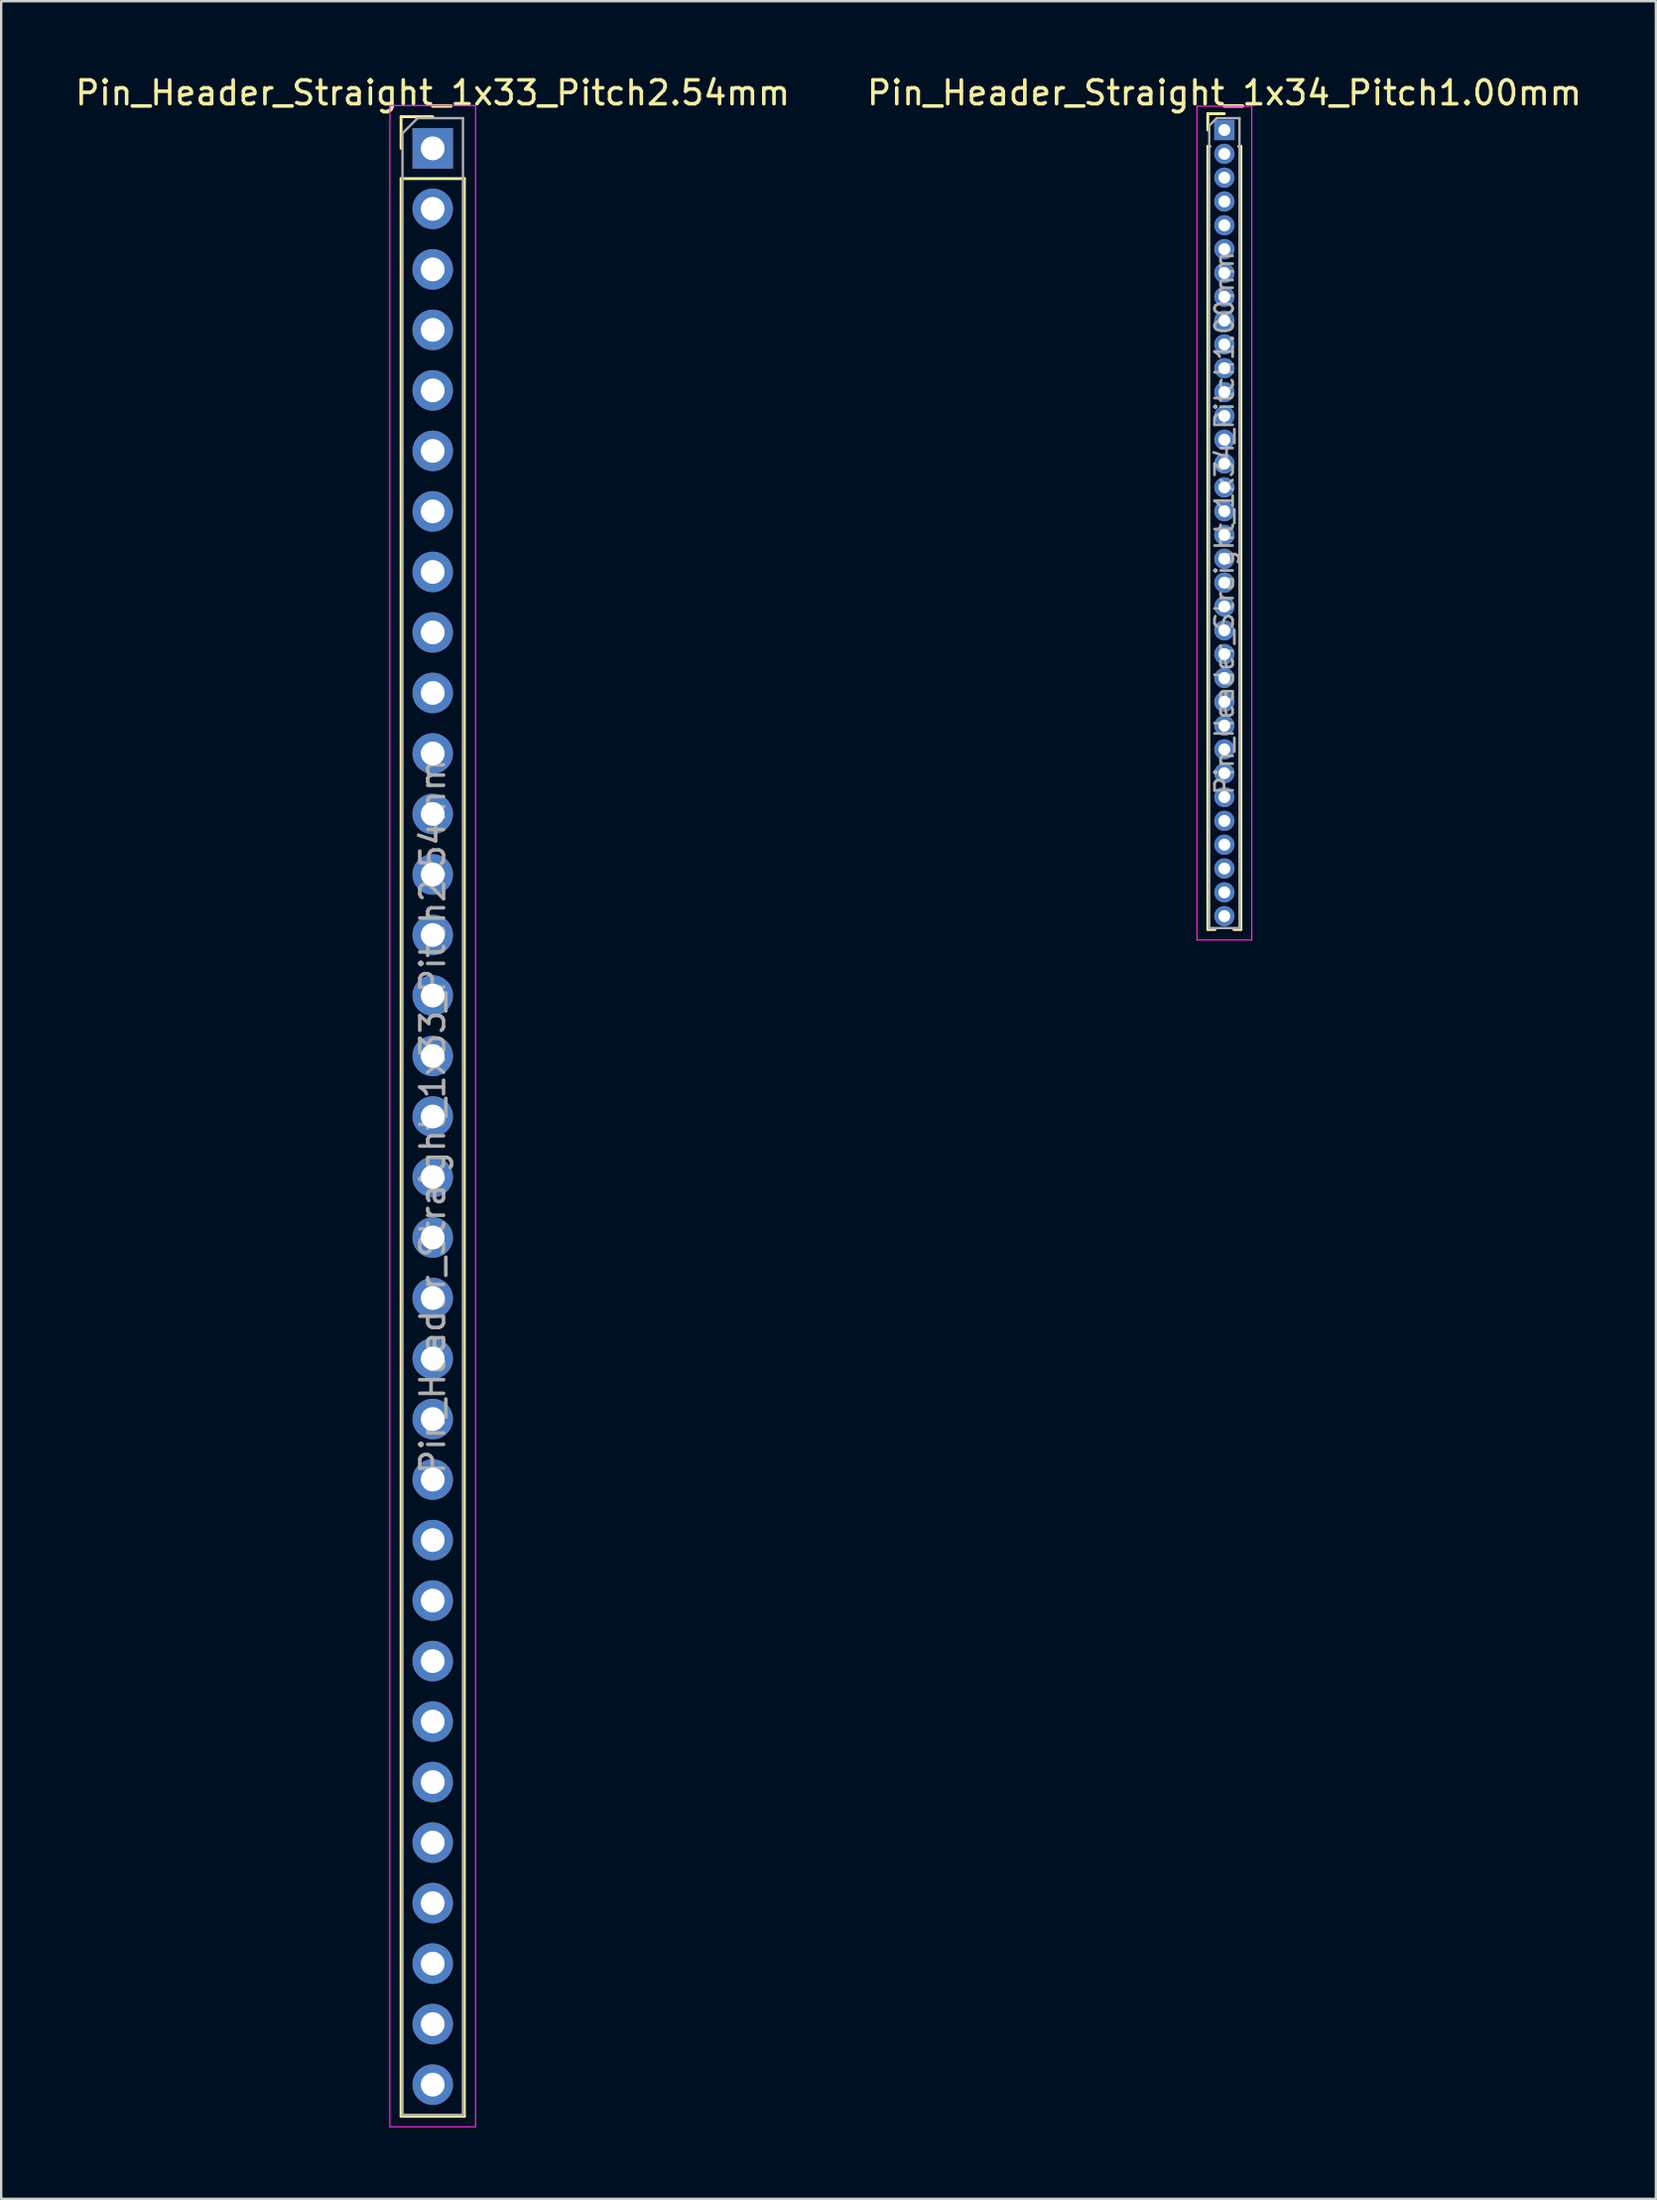
<source format=kicad_pcb>
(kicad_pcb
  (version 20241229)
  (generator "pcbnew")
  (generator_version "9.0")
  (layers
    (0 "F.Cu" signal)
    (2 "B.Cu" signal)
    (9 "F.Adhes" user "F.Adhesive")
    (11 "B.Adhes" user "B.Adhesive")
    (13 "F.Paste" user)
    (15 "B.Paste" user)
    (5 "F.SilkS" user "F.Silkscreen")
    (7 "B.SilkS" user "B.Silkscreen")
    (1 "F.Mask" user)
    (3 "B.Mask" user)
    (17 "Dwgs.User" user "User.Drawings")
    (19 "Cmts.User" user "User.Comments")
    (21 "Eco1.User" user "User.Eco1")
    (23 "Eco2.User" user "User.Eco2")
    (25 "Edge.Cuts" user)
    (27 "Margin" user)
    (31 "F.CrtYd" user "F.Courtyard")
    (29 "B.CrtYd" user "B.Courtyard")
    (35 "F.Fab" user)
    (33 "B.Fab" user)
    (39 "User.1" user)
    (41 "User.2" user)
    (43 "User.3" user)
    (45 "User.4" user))
  (footprint "Pin_Header_Straight_1x34_Pitch1.00mm"
    (layer "F.Cu")
    (at 48.375 2.408)
    (property "Reference" "Pin_Header_Straight_1x34_Pitch1.00mm" (at 0 -1.56 0) (layer "F.SilkS") (effects (font (size 1 1) (thickness 0.15))))
    (attr through_hole)
    (fp_line (start -0.695 -0.685) (end 0 -0.685) (stroke (width 0.12) (type solid)) (layer "F.SilkS"))
    (fp_line (start -0.695 0) (end -0.695 -0.685) (stroke (width 0.12) (type solid)) (layer "F.SilkS"))
    (fp_line (start -0.695 0.685) (end -0.695 33.56) (stroke (width 0.12) (type solid)) (layer "F.SilkS"))
    (fp_line (start -0.695 0.685) (end -0.608 0.685) (stroke (width 0.12) (type solid)) (layer "F.SilkS"))
    (fp_line (start -0.695 33.56) (end -0.394 33.56) (stroke (width 0.12) (type solid)) (layer "F.SilkS"))
    (fp_line (start 0.394 33.56) (end 0.695 33.56) (stroke (width 0.12) (type solid)) (layer "F.SilkS"))
    (fp_line (start 0.608 0.685) (end 0.695 0.685) (stroke (width 0.12) (type solid)) (layer "F.SilkS"))
    (fp_line (start 0.695 0.685) (end 0.695 33.56) (stroke (width 0.12) (type solid)) (layer "F.SilkS"))
    (fp_line (start -1.15 -1) (end -1.15 34) (stroke (width 0.05) (type solid)) (layer "F.CrtYd"))
    (fp_line (start -1.15 34) (end 1.15 34) (stroke (width 0.05) (type solid)) (layer "F.CrtYd"))
    (fp_line (start 1.15 -1) (end -1.15 -1) (stroke (width 0.05) (type solid)) (layer "F.CrtYd"))
    (fp_line (start 1.15 34) (end 1.15 -1) (stroke (width 0.05) (type solid)) (layer "F.CrtYd"))
    (fp_line (start -0.635 -0.182) (end -0.318 -0.5) (stroke (width 0.1) (type solid)) (layer "F.Fab"))
    (fp_line (start -0.635 33.5) (end -0.635 -0.182) (stroke (width 0.1) (type solid)) (layer "F.Fab"))
    (fp_line (start -0.318 -0.5) (end 0.635 -0.5) (stroke (width 0.1) (type solid)) (layer "F.Fab"))
    (fp_line (start 0.635 -0.5) (end 0.635 33.5) (stroke (width 0.1) (type solid)) (layer "F.Fab"))
    (fp_line (start 0.635 33.5) (end -0.635 33.5) (stroke (width 0.1) (type solid)) (layer "F.Fab"))
    (fp_text user "${REFERENCE}" (at 0 16.5 90) (layer "F.Fab") (effects (font (size 0.76 0.76) (thickness 0.114))))
    (pad "1" thru_hole rect (at 0 0) (size 0.85 0.85) (drill 0.5) (layers "*.Cu" "*.Mask"))
    (pad "2" thru_hole oval (at 0 1) (size 0.85 0.85) (drill 0.5) (layers "*.Cu" "*.Mask"))
    (pad "3" thru_hole oval (at 0 2) (size 0.85 0.85) (drill 0.5) (layers "*.Cu" "*.Mask"))
    (pad "4" thru_hole oval (at 0 3) (size 0.85 0.85) (drill 0.5) (layers "*.Cu" "*.Mask"))
    (pad "5" thru_hole oval (at 0 4) (size 0.85 0.85) (drill 0.5) (layers "*.Cu" "*.Mask"))
    (pad "6" thru_hole oval (at 0 5) (size 0.85 0.85) (drill 0.5) (layers "*.Cu" "*.Mask"))
    (pad "7" thru_hole oval (at 0 6) (size 0.85 0.85) (drill 0.5) (layers "*.Cu" "*.Mask"))
    (pad "8" thru_hole oval (at 0 7) (size 0.85 0.85) (drill 0.5) (layers "*.Cu" "*.Mask"))
    (pad "9" thru_hole oval (at 0 8) (size 0.85 0.85) (drill 0.5) (layers "*.Cu" "*.Mask"))
    (pad "10" thru_hole oval (at 0 9) (size 0.85 0.85) (drill 0.5) (layers "*.Cu" "*.Mask"))
    (pad "11" thru_hole oval (at 0 10) (size 0.85 0.85) (drill 0.5) (layers "*.Cu" "*.Mask"))
    (pad "12" thru_hole oval (at 0 11) (size 0.85 0.85) (drill 0.5) (layers "*.Cu" "*.Mask"))
    (pad "13" thru_hole oval (at 0 12) (size 0.85 0.85) (drill 0.5) (layers "*.Cu" "*.Mask"))
    (pad "14" thru_hole oval (at 0 13) (size 0.85 0.85) (drill 0.5) (layers "*.Cu" "*.Mask"))
    (pad "15" thru_hole oval (at 0 14) (size 0.85 0.85) (drill 0.5) (layers "*.Cu" "*.Mask"))
    (pad "16" thru_hole oval (at 0 15) (size 0.85 0.85) (drill 0.5) (layers "*.Cu" "*.Mask"))
    (pad "17" thru_hole oval (at 0 16) (size 0.85 0.85) (drill 0.5) (layers "*.Cu" "*.Mask"))
    (pad "18" thru_hole oval (at 0 17) (size 0.85 0.85) (drill 0.5) (layers "*.Cu" "*.Mask"))
    (pad "19" thru_hole oval (at 0 18) (size 0.85 0.85) (drill 0.5) (layers "*.Cu" "*.Mask"))
    (pad "20" thru_hole oval (at 0 19) (size 0.85 0.85) (drill 0.5) (layers "*.Cu" "*.Mask"))
    (pad "21" thru_hole oval (at 0 20) (size 0.85 0.85) (drill 0.5) (layers "*.Cu" "*.Mask"))
    (pad "22" thru_hole oval (at 0 21) (size 0.85 0.85) (drill 0.5) (layers "*.Cu" "*.Mask"))
    (pad "23" thru_hole oval (at 0 22) (size 0.85 0.85) (drill 0.5) (layers "*.Cu" "*.Mask"))
    (pad "24" thru_hole oval (at 0 23) (size 0.85 0.85) (drill 0.5) (layers "*.Cu" "*.Mask"))
    (pad "25" thru_hole oval (at 0 24) (size 0.85 0.85) (drill 0.5) (layers "*.Cu" "*.Mask"))
    (pad "26" thru_hole oval (at 0 25) (size 0.85 0.85) (drill 0.5) (layers "*.Cu" "*.Mask"))
    (pad "27" thru_hole oval (at 0 26) (size 0.85 0.85) (drill 0.5) (layers "*.Cu" "*.Mask"))
    (pad "28" thru_hole oval (at 0 27) (size 0.85 0.85) (drill 0.5) (layers "*.Cu" "*.Mask"))
    (pad "29" thru_hole oval (at 0 28) (size 0.85 0.85) (drill 0.5) (layers "*.Cu" "*.Mask"))
    (pad "30" thru_hole oval (at 0 29) (size 0.85 0.85) (drill 0.5) (layers "*.Cu" "*.Mask"))
    (pad "31" thru_hole oval (at 0 30) (size 0.85 0.85) (drill 0.5) (layers "*.Cu" "*.Mask"))
    (pad "32" thru_hole oval (at 0 31) (size 0.85 0.85) (drill 0.5) (layers "*.Cu" "*.Mask"))
    (pad "33" thru_hole oval (at 0 32) (size 0.85 0.85) (drill 0.5) (layers "*.Cu" "*.Mask"))
    (pad "34" thru_hole oval (at 0 33) (size 0.85 0.85) (drill 0.5) (layers "*.Cu" "*.Mask")))
  (footprint "Pin_Header_Straight_1x33_Pitch2.54mm"
    (layer "F.Cu")
    (at 15.125 3.178)
    (property "Reference" "Pin_Header_Straight_1x33_Pitch2.54mm" (at 0 -2.33 0) (layer "F.SilkS") (effects (font (size 1 1) (thickness 0.15))))
    (attr through_hole)
    (fp_line (start -1.33 -1.33) (end 0 -1.33) (stroke (width 0.12) (type solid)) (layer "F.SilkS"))
    (fp_line (start -1.33 0) (end -1.33 -1.33) (stroke (width 0.12) (type solid)) (layer "F.SilkS"))
    (fp_line (start -1.33 1.27) (end -1.33 82.61) (stroke (width 0.12) (type solid)) (layer "F.SilkS"))
    (fp_line (start -1.33 1.27) (end 1.33 1.27) (stroke (width 0.12) (type solid)) (layer "F.SilkS"))
    (fp_line (start -1.33 82.61) (end 1.33 82.61) (stroke (width 0.12) (type solid)) (layer "F.SilkS"))
    (fp_line (start 1.33 1.27) (end 1.33 82.61) (stroke (width 0.12) (type solid)) (layer "F.SilkS"))
    (fp_line (start -1.8 -1.8) (end -1.8 83.05) (stroke (width 0.05) (type solid)) (layer "F.CrtYd"))
    (fp_line (start -1.8 83.05) (end 1.8 83.05) (stroke (width 0.05) (type solid)) (layer "F.CrtYd"))
    (fp_line (start 1.8 -1.8) (end -1.8 -1.8) (stroke (width 0.05) (type solid)) (layer "F.CrtYd"))
    (fp_line (start 1.8 83.05) (end 1.8 -1.8) (stroke (width 0.05) (type solid)) (layer "F.CrtYd"))
    (fp_line (start -1.27 -0.635) (end -0.635 -1.27) (stroke (width 0.1) (type solid)) (layer "F.Fab"))
    (fp_line (start -1.27 82.55) (end -1.27 -0.635) (stroke (width 0.1) (type solid)) (layer "F.Fab"))
    (fp_line (start -0.635 -1.27) (end 1.27 -1.27) (stroke (width 0.1) (type solid)) (layer "F.Fab"))
    (fp_line (start 1.27 -1.27) (end 1.27 82.55) (stroke (width 0.1) (type solid)) (layer "F.Fab"))
    (fp_line (start 1.27 82.55) (end -1.27 82.55) (stroke (width 0.1) (type solid)) (layer "F.Fab"))
    (fp_text user "${REFERENCE}" (at 0 40.64 90) (layer "F.Fab") (effects (font (size 1 1) (thickness 0.15))))
    (pad "1" thru_hole rect (at 0 0) (size 1.7 1.7) (drill 1) (layers "*.Cu" "*.Mask"))
    (pad "2" thru_hole oval (at 0 2.54) (size 1.7 1.7) (drill 1) (layers "*.Cu" "*.Mask"))
    (pad "3" thru_hole oval (at 0 5.08) (size 1.7 1.7) (drill 1) (layers "*.Cu" "*.Mask"))
    (pad "4" thru_hole oval (at 0 7.62) (size 1.7 1.7) (drill 1) (layers "*.Cu" "*.Mask"))
    (pad "5" thru_hole oval (at 0 10.16) (size 1.7 1.7) (drill 1) (layers "*.Cu" "*.Mask"))
    (pad "6" thru_hole oval (at 0 12.7) (size 1.7 1.7) (drill 1) (layers "*.Cu" "*.Mask"))
    (pad "7" thru_hole oval (at 0 15.24) (size 1.7 1.7) (drill 1) (layers "*.Cu" "*.Mask"))
    (pad "8" thru_hole oval (at 0 17.78) (size 1.7 1.7) (drill 1) (layers "*.Cu" "*.Mask"))
    (pad "9" thru_hole oval (at 0 20.32) (size 1.7 1.7) (drill 1) (layers "*.Cu" "*.Mask"))
    (pad "10" thru_hole oval (at 0 22.86) (size 1.7 1.7) (drill 1) (layers "*.Cu" "*.Mask"))
    (pad "11" thru_hole oval (at 0 25.4) (size 1.7 1.7) (drill 1) (layers "*.Cu" "*.Mask"))
    (pad "12" thru_hole oval (at 0 27.94) (size 1.7 1.7) (drill 1) (layers "*.Cu" "*.Mask"))
    (pad "13" thru_hole oval (at 0 30.48) (size 1.7 1.7) (drill 1) (layers "*.Cu" "*.Mask"))
    (pad "14" thru_hole oval (at 0 33.02) (size 1.7 1.7) (drill 1) (layers "*.Cu" "*.Mask"))
    (pad "15" thru_hole oval (at 0 35.56) (size 1.7 1.7) (drill 1) (layers "*.Cu" "*.Mask"))
    (pad "16" thru_hole oval (at 0 38.1) (size 1.7 1.7) (drill 1) (layers "*.Cu" "*.Mask"))
    (pad "17" thru_hole oval (at 0 40.64) (size 1.7 1.7) (drill 1) (layers "*.Cu" "*.Mask"))
    (pad "18" thru_hole oval (at 0 43.18) (size 1.7 1.7) (drill 1) (layers "*.Cu" "*.Mask"))
    (pad "19" thru_hole oval (at 0 45.72) (size 1.7 1.7) (drill 1) (layers "*.Cu" "*.Mask"))
    (pad "20" thru_hole oval (at 0 48.26) (size 1.7 1.7) (drill 1) (layers "*.Cu" "*.Mask"))
    (pad "21" thru_hole oval (at 0 50.8) (size 1.7 1.7) (drill 1) (layers "*.Cu" "*.Mask"))
    (pad "22" thru_hole oval (at 0 53.34) (size 1.7 1.7) (drill 1) (layers "*.Cu" "*.Mask"))
    (pad "23" thru_hole oval (at 0 55.88) (size 1.7 1.7) (drill 1) (layers "*.Cu" "*.Mask"))
    (pad "24" thru_hole oval (at 0 58.42) (size 1.7 1.7) (drill 1) (layers "*.Cu" "*.Mask"))
    (pad "25" thru_hole oval (at 0 60.96) (size 1.7 1.7) (drill 1) (layers "*.Cu" "*.Mask"))
    (pad "26" thru_hole oval (at 0 63.5) (size 1.7 1.7) (drill 1) (layers "*.Cu" "*.Mask"))
    (pad "27" thru_hole oval (at 0 66.04) (size 1.7 1.7) (drill 1) (layers "*.Cu" "*.Mask"))
    (pad "28" thru_hole oval (at 0 68.58) (size 1.7 1.7) (drill 1) (layers "*.Cu" "*.Mask"))
    (pad "29" thru_hole oval (at 0 71.12) (size 1.7 1.7) (drill 1) (layers "*.Cu" "*.Mask"))
    (pad "30" thru_hole oval (at 0 73.66) (size 1.7 1.7) (drill 1) (layers "*.Cu" "*.Mask"))
    (pad "31" thru_hole oval (at 0 76.2) (size 1.7 1.7) (drill 1) (layers "*.Cu" "*.Mask"))
    (pad "32" thru_hole oval (at 0 78.74) (size 1.7 1.7) (drill 1) (layers "*.Cu" "*.Mask"))
    (pad "33" thru_hole oval (at 0 81.28) (size 1.7 1.7) (drill 1) (layers "*.Cu" "*.Mask")))
  (gr_rect
    (start -3 -3)
    (end 66.5 89.253)
    (stroke (width 0.1) (type default))
    (fill no)
    (layer "Edge.Cuts")))
</source>
